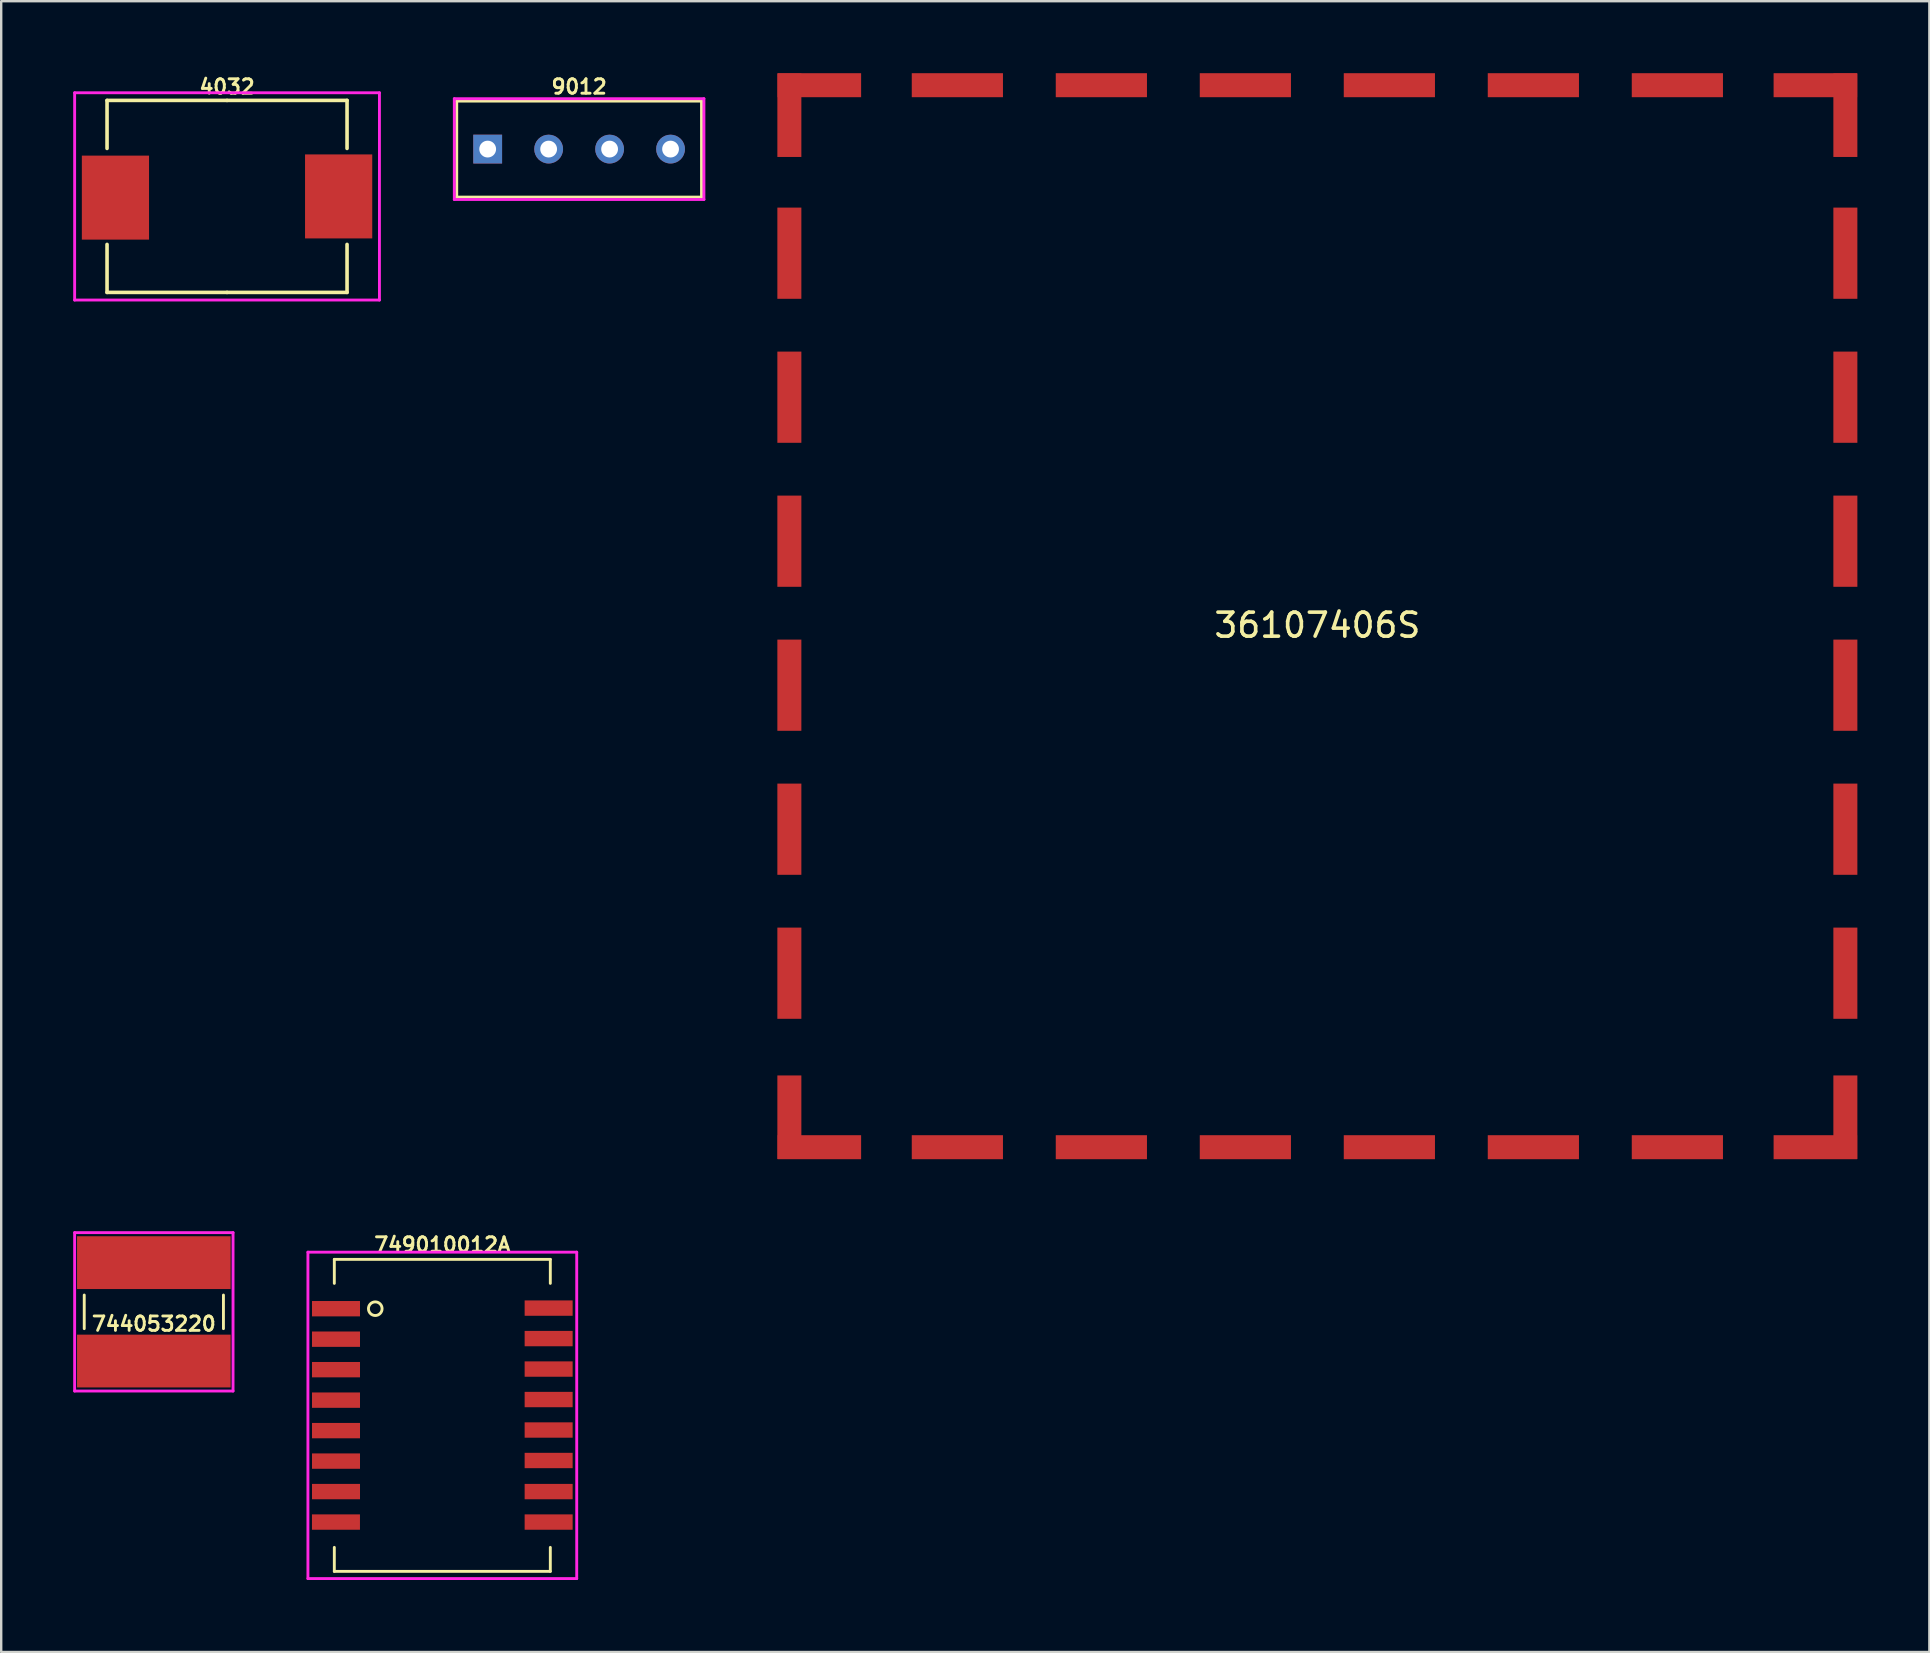
<source format=kicad_pcb>
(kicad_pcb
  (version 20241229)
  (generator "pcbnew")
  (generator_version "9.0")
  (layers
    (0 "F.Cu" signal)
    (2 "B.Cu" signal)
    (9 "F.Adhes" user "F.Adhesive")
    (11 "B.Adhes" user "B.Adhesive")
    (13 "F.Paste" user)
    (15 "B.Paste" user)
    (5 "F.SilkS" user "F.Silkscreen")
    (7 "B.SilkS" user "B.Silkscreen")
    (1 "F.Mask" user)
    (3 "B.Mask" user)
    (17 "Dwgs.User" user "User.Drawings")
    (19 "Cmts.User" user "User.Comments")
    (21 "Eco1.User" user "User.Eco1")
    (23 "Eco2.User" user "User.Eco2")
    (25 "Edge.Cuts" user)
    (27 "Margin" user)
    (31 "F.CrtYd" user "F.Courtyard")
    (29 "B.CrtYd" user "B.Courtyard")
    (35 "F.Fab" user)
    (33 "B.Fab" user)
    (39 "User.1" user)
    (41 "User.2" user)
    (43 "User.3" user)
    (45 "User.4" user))
  (footprint "744053220"
    (layer "F.Cu")
    (at 3.36 51.61)
    (property "Reference" "744053220" (at 0 0.5 0) (layer "F.SilkS") (effects (font (size 0.6 0.6) (thickness 0.12))))
    (attr through_hole)
    (fp_line (start -2.9 -0.7) (end -2.9 0.7) (stroke (width 0.12) (type solid)) (layer "F.SilkS"))
    (fp_line (start 2.9 -0.7) (end 2.9 0.7) (stroke (width 0.12) (type solid)) (layer "F.SilkS"))
    (fp_line (start -3.3 -3.3) (end 3.3 -3.3) (stroke (width 0.12) (type solid)) (layer "F.CrtYd"))
    (fp_line (start -3.3 3.3) (end -3.3 -3.3) (stroke (width 0.12) (type solid)) (layer "F.CrtYd"))
    (fp_line (start 3.3 -3.3) (end 3.3 3.3) (stroke (width 0.12) (type solid)) (layer "F.CrtYd"))
    (fp_line (start 3.3 3.3) (end -3.3 3.3) (stroke (width 0.12) (type solid)) (layer "F.CrtYd"))
    (pad "1" smd rect (at 0 -2.05) (size 6.4 2.2) (layers "F.Cu" "F.Mask" "F.Paste"))
    (pad "2" smd rect (at 0 2.05) (size 6.4 2.2) (layers "F.Cu" "F.Mask" "F.Paste")))
  (footprint "9012"
    (layer "F.Cu")
    (at 21.08 3.162)
    (property "Reference" "9012" (at 0 -2.6 0) (layer "F.SilkS") (effects (font (size 0.6 0.6) (thickness 0.12))))
    (attr through_hole)
    (fp_line (start -5.1 -2) (end 5.1 -2) (stroke (width 0.12) (type solid)) (layer "F.SilkS"))
    (fp_line (start -5.1 2) (end -5.1 -2) (stroke (width 0.12) (type solid)) (layer "F.SilkS"))
    (fp_line (start 5.1 -2) (end 5.1 2) (stroke (width 0.12) (type solid)) (layer "F.SilkS"))
    (fp_line (start 5.1 2) (end -5.1 2) (stroke (width 0.12) (type solid)) (layer "F.SilkS"))
    (fp_line (start -5.2 -2.1) (end -5.2 2.1) (stroke (width 0.12) (type solid)) (layer "F.CrtYd"))
    (fp_line (start -5.2 2.1) (end 5.2 2.1) (stroke (width 0.12) (type solid)) (layer "F.CrtYd"))
    (fp_line (start 5.2 -2.1) (end -5.2 -2.1) (stroke (width 0.12) (type solid)) (layer "F.CrtYd"))
    (fp_line (start 5.2 2.1) (end 5.2 -2.1) (stroke (width 0.12) (type solid)) (layer "F.CrtYd"))
    (pad "1" thru_hole rect (at -3.81 0) (size 1.2 1.2) (drill 0.7) (layers "*.Cu" "*.Mask"))
    (pad "2" thru_hole circle (at -1.27 0) (size 1.2 1.2) (drill 0.7) (layers "*.Cu" "*.Mask"))
    (pad "3" thru_hole circle (at 1.27 0) (size 1.2 1.2) (drill 0.7) (layers "*.Cu" "*.Mask"))
    (pad "4" thru_hole circle (at 3.81 0) (size 1.2 1.2) (drill 0.7) (layers "*.Cu" "*.Mask")))
  (footprint "36107406S"
    (layer "F.Cu")
    (at 51.84 22.5)
    (property "Reference" "36107406S" (at 0 0.5 0) (layer "F.SilkS") (effects (font (size 1 1) (thickness 0.15))))
    (attr through_hole)
    (pad "1" smd rect (at -22 -20.75) (size 1 3.48) (layers "F.Cu" "F.Mask" "F.Paste"))
    (pad "1" smd rect (at -22 -15) (size 1 3.8) (layers "F.Cu" "F.Mask" "F.Paste"))
    (pad "1" smd rect (at -22 -9) (size 1 3.8) (layers "F.Cu" "F.Mask" "F.Paste"))
    (pad "1" smd rect (at -22 -3) (size 1 3.8) (layers "F.Cu" "F.Mask" "F.Paste"))
    (pad "1" smd rect (at -22 3) (size 1 3.8) (layers "F.Cu" "F.Mask" "F.Paste"))
    (pad "1" smd rect (at -22 9) (size 1 3.8) (layers "F.Cu" "F.Mask" "F.Paste"))
    (pad "1" smd rect (at -22 15) (size 1 3.8) (layers "F.Cu" "F.Mask" "F.Paste"))
    (pad "1" smd rect (at -22 21) (size 1 3.48) (layers "F.Cu" "F.Mask" "F.Paste"))
    (pad "1" smd rect (at -20.75 -22 90) (size 1 3.48) (layers "F.Cu" "F.Mask" "F.Paste"))
    (pad "1" smd rect (at -20.75 22.25 90) (size 1 3.48) (layers "F.Cu" "F.Mask" "F.Paste"))
    (pad "1" smd rect (at -15 -22 90) (size 1 3.8) (layers "F.Cu" "F.Mask" "F.Paste"))
    (pad "1" smd rect (at -15 22.25 90) (size 1 3.8) (layers "F.Cu" "F.Mask" "F.Paste"))
    (pad "1" smd rect (at -9 -22 90) (size 1 3.8) (layers "F.Cu" "F.Mask" "F.Paste"))
    (pad "1" smd rect (at -9 22.25 90) (size 1 3.8) (layers "F.Cu" "F.Mask" "F.Paste"))
    (pad "1" smd rect (at -3 -22 90) (size 1 3.8) (layers "F.Cu" "F.Mask" "F.Paste"))
    (pad "1" smd rect (at -3 22.25 90) (size 1 3.8) (layers "F.Cu" "F.Mask" "F.Paste"))
    (pad "1" smd rect (at 3 -22 90) (size 1 3.8) (layers "F.Cu" "F.Mask" "F.Paste"))
    (pad "1" smd rect (at 3 22.25 90) (size 1 3.8) (layers "F.Cu" "F.Mask" "F.Paste"))
    (pad "1" smd rect (at 9 -22 90) (size 1 3.8) (layers "F.Cu" "F.Mask" "F.Paste"))
    (pad "1" smd rect (at 9 22.25 90) (size 1 3.8) (layers "F.Cu" "F.Mask" "F.Paste"))
    (pad "1" smd rect (at 15 -22 90) (size 1 3.8) (layers "F.Cu" "F.Mask" "F.Paste"))
    (pad "1" smd rect (at 15 22.25 90) (size 1 3.8) (layers "F.Cu" "F.Mask" "F.Paste"))
    (pad "1" smd rect (at 20.75 -22 90) (size 1 3.48) (layers "F.Cu" "F.Mask" "F.Paste"))
    (pad "1" smd rect (at 20.75 22.25 90) (size 1 3.48) (layers "F.Cu" "F.Mask" "F.Paste"))
    (pad "1" smd rect (at 22 -20.75) (size 1 3.48) (layers "F.Cu" "F.Mask" "F.Paste"))
    (pad "1" smd rect (at 22 -15) (size 1 3.8) (layers "F.Cu" "F.Mask" "F.Paste"))
    (pad "1" smd rect (at 22 -9) (size 1 3.8) (layers "F.Cu" "F.Mask" "F.Paste"))
    (pad "1" smd rect (at 22 -3) (size 1 3.8) (layers "F.Cu" "F.Mask" "F.Paste"))
    (pad "1" smd rect (at 22 3) (size 1 3.8) (layers "F.Cu" "F.Mask" "F.Paste"))
    (pad "1" smd rect (at 22 9) (size 1 3.8) (layers "F.Cu" "F.Mask" "F.Paste"))
    (pad "1" smd rect (at 22 15) (size 1 3.8) (layers "F.Cu" "F.Mask" "F.Paste"))
    (pad "1" smd rect (at 22 21) (size 1 3.48) (layers "F.Cu" "F.Mask" "F.Paste")))
  (footprint "749010012A"
    (layer "F.Cu")
    (at 15.38 55.924)
    (property "Reference" "749010012A" (at 0 -7.112 0) (layer "F.SilkS") (effects (font (size 0.6 0.6) (thickness 0.12))))
    (attr through_hole)
    (fp_line (start -4.5 -6.5) (end 4.5 -6.5) (stroke (width 0.12) (type solid)) (layer "F.SilkS"))
    (fp_line (start -4.5 -5.5) (end -4.5 -6.5) (stroke (width 0.12) (type solid)) (layer "F.SilkS"))
    (fp_line (start -4.5 5.5) (end -4.5 6.5) (stroke (width 0.12) (type solid)) (layer "F.SilkS"))
    (fp_line (start -4.5 6.5) (end 4.5 6.5) (stroke (width 0.12) (type solid)) (layer "F.SilkS"))
    (fp_line (start 4.5 -6.5) (end 4.5 -5.5) (stroke (width 0.12) (type solid)) (layer "F.SilkS"))
    (fp_line (start 4.5 6.5) (end 4.5 5.5) (stroke (width 0.12) (type solid)) (layer "F.SilkS"))
    (fp_circle (center -2.794 -4.445) (end -3.048 -4.572) (stroke (width 0.12) (type solid)) (fill no) (layer "F.SilkS"))
    (fp_line (start -5.6 -6.8) (end 5.6 -6.8) (stroke (width 0.12) (type solid)) (layer "F.CrtYd"))
    (fp_line (start -5.6 6.8) (end -5.6 -6.8) (stroke (width 0.12) (type solid)) (layer "F.CrtYd"))
    (fp_line (start 5.6 -6.8) (end 5.6 6.8) (stroke (width 0.12) (type solid)) (layer "F.CrtYd"))
    (fp_line (start 5.6 6.8) (end -5.6 6.8) (stroke (width 0.12) (type solid)) (layer "F.CrtYd"))
    (pad "1" smd rect (at -4.43 -4.445) (size 2 0.64) (layers "F.Cu" "F.Mask" "F.Paste"))
    (pad "2" smd rect (at -4.43 -3.175) (size 2 0.64) (layers "F.Cu" "F.Mask" "F.Paste"))
    (pad "3" smd rect (at -4.43 -1.905) (size 2 0.64) (layers "F.Cu" "F.Mask" "F.Paste"))
    (pad "4" smd rect (at -4.43 -0.635) (size 2 0.64) (layers "F.Cu" "F.Mask" "F.Paste"))
    (pad "5" smd rect (at -4.43 0.635) (size 2 0.64) (layers "F.Cu" "F.Mask" "F.Paste"))
    (pad "6" smd rect (at -4.43 1.905) (size 2 0.64) (layers "F.Cu" "F.Mask" "F.Paste"))
    (pad "7" smd rect (at -4.43 3.175) (size 2 0.64) (layers "F.Cu" "F.Mask" "F.Paste"))
    (pad "8" smd rect (at -4.432 4.445) (size 2 0.64) (layers "F.Cu" "F.Mask" "F.Paste"))
    (pad "9" smd rect (at 4.43 4.445) (size 2 0.64) (layers "F.Cu" "F.Mask" "F.Paste"))
    (pad "10" smd rect (at 4.43 3.175) (size 2 0.64) (layers "F.Cu" "F.Mask" "F.Paste"))
    (pad "11" smd rect (at 4.43 1.88) (size 2 0.64) (layers "F.Cu" "F.Mask" "F.Paste"))
    (pad "12" smd rect (at 4.43 0.61) (size 2 0.64) (layers "F.Cu" "F.Mask" "F.Paste"))
    (pad "13" smd rect (at 4.43 -0.66) (size 2 0.64) (layers "F.Cu" "F.Mask" "F.Paste"))
    (pad "14" smd rect (at 4.43 -1.93) (size 2 0.64) (layers "F.Cu" "F.Mask" "F.Paste"))
    (pad "15" smd rect (at 4.43 -3.2) (size 2 0.64) (layers "F.Cu" "F.Mask" "F.Paste"))
    (pad "16" smd rect (at 4.43 -4.47) (size 2 0.64) (layers "F.Cu" "F.Mask" "F.Paste")))
  (footprint "4032"
    (layer "F.Cu")
    (at 6.41 5.134)
    (property "Reference" "4032" (at 0 -4.572 0) (layer "F.SilkS") (effects (font (size 0.6 0.6) (thickness 0.12))))
    (attr through_hole)
    (fp_line (start -5 -4) (end -5 -2) (stroke (width 0.15) (type solid)) (layer "F.SilkS"))
    (fp_line (start -5 4) (end -5 2) (stroke (width 0.15) (type solid)) (layer "F.SilkS"))
    (fp_line (start 0 -4) (end -5 -4) (stroke (width 0.15) (type solid)) (layer "F.SilkS"))
    (fp_line (start 0 -4) (end 5 -4) (stroke (width 0.15) (type solid)) (layer "F.SilkS"))
    (fp_line (start 0 4) (end -5 4) (stroke (width 0.15) (type solid)) (layer "F.SilkS"))
    (fp_line (start 0 4) (end 5 4) (stroke (width 0.15) (type solid)) (layer "F.SilkS"))
    (fp_line (start 5 -4) (end 5 -2) (stroke (width 0.15) (type solid)) (layer "F.SilkS"))
    (fp_line (start 5 4) (end 5 2) (stroke (width 0.15) (type solid)) (layer "F.SilkS"))
    (fp_line (start -6.35 -4.318) (end 6.35 -4.318) (stroke (width 0.12) (type solid)) (layer "F.CrtYd"))
    (fp_line (start -6.35 4.318) (end -6.35 -4.318) (stroke (width 0.12) (type solid)) (layer "F.CrtYd"))
    (fp_line (start 6.35 -4.318) (end 6.35 4.318) (stroke (width 0.12) (type solid)) (layer "F.CrtYd"))
    (fp_line (start 6.35 4.318) (end -6.35 4.318) (stroke (width 0.12) (type solid)) (layer "F.CrtYd"))
    (pad "1" smd rect (at -4.65 0.05) (size 2.8 3.5) (layers "F.Cu" "F.Mask" "F.Paste"))
    (pad "2" smd rect (at 4.65 0) (size 2.8 3.5) (layers "F.Cu" "F.Mask" "F.Paste")))
  (gr_rect
    (start -3 -3)
    (end 77.34 65.784)
    (stroke (width 0.1) (type default))
    (fill no)
    (layer "Edge.Cuts")))
</source>
